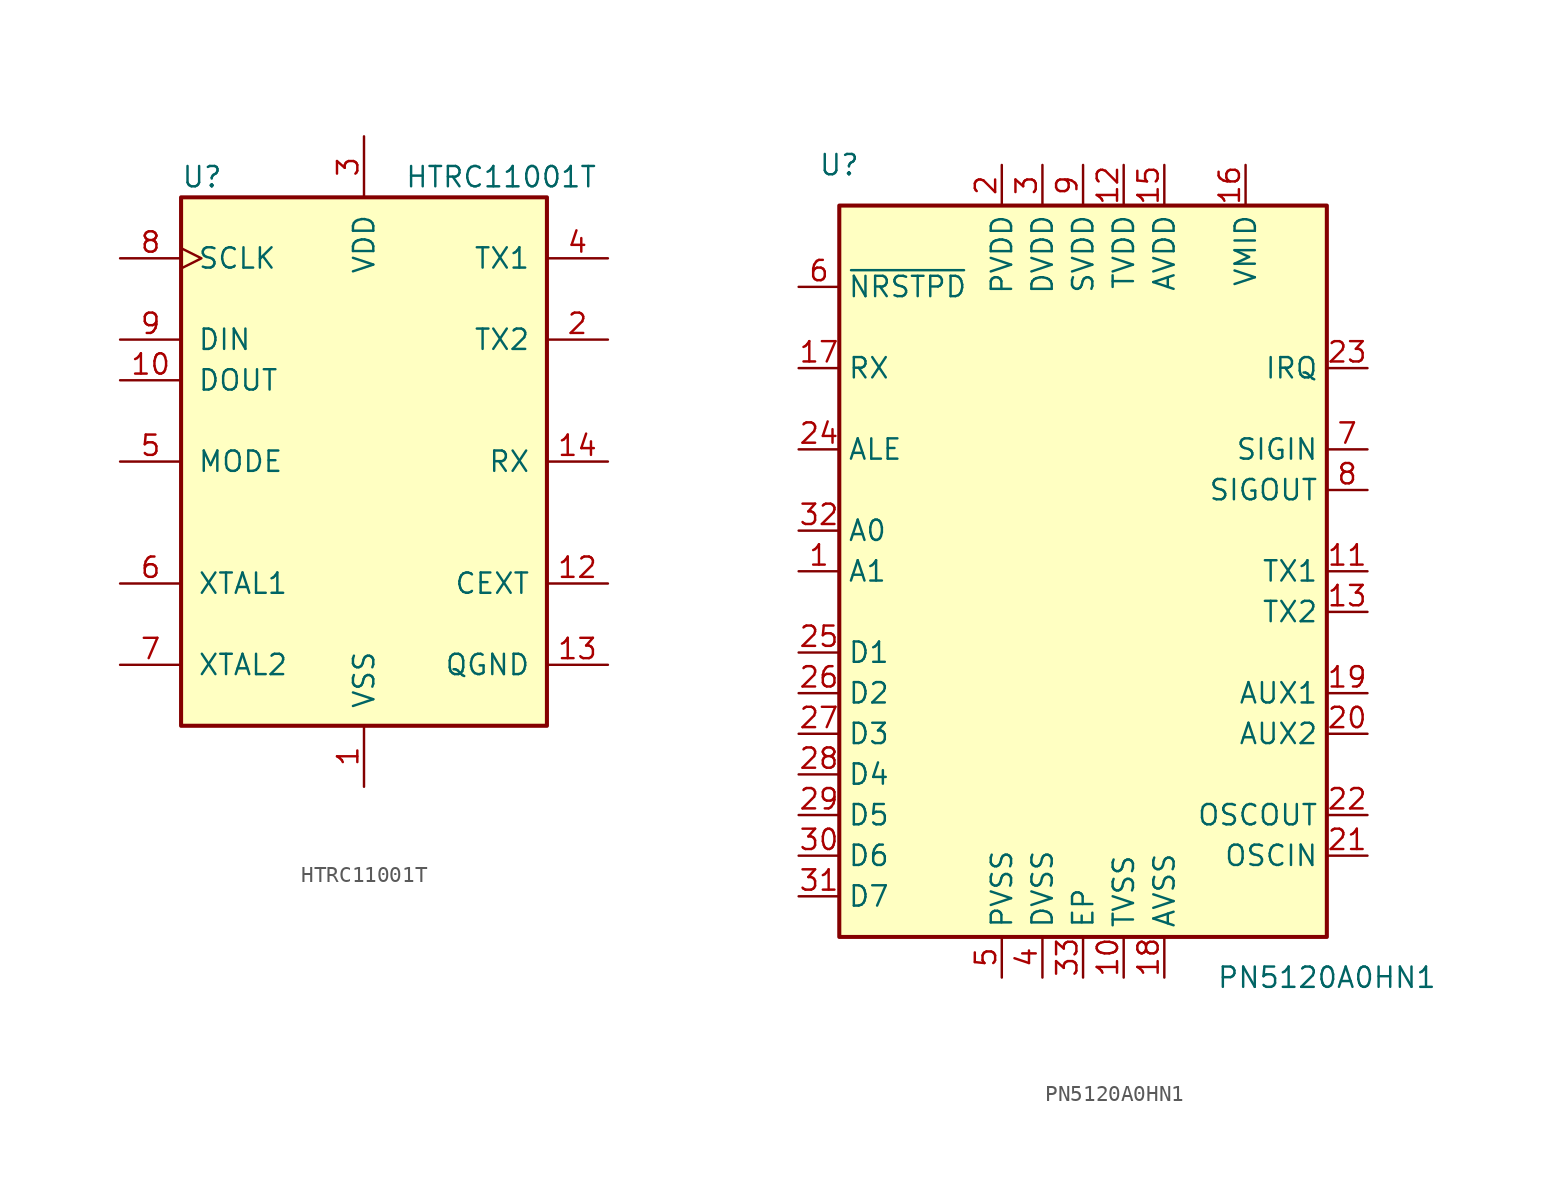
<source format=kicad_sym>
(kicad_symbol_lib
  (version 20201005)
  (generator kicad_symbol_editor)
  (symbol "RF_RFID:HTRC11001T"
    (pin_names
      (offset 1.016))
    (property "Reference" "U"
      (at -11.43 17.78 0)
      (effects (font (size 1.27 1.27)) (justify left)))
    (property "Value" "HTRC11001T"
      (at 2.54 17.78 0)
      (effects (font (size 1.27 1.27)) (justify left)))
    (symbol "HTRC11001T_0_1"
      (rectangle (start -11.43 16.51) (end 11.43 -16.51) (stroke (width 0.254)) (fill (type background))))
    (symbol "HTRC11001T_1_1"
      (pin power_in line (at 0 -20.32 90) (length 3.81) (name "VSS" (effects (font (size 1.27 1.27)))) (number "1" (effects (font (size 1.27 1.27)))))
      (pin output line (at -15.24 5.08 0) (length 3.81) (name "DOUT" (effects (font (size 1.27 1.27)))) (number "10" (effects (font (size 1.27 1.27)))))
      (pin passive line (at 15.24 -7.62 180) (length 3.81) (name "CEXT" (effects (font (size 1.27 1.27)))) (number "12" (effects (font (size 1.27 1.27)))))
      (pin passive line (at 15.24 -12.7 180) (length 3.81) (name "QGND" (effects (font (size 1.27 1.27)))) (number "13" (effects (font (size 1.27 1.27)))))
      (pin input line (at 15.24 0 180) (length 3.81) (name "RX" (effects (font (size 1.27 1.27)))) (number "14" (effects (font (size 1.27 1.27)))))
      (pin output line (at 15.24 7.62 180) (length 3.81) (name "TX2" (effects (font (size 1.27 1.27)))) (number "2" (effects (font (size 1.27 1.27)))))
      (pin power_in line (at 0 20.32 270) (length 3.81) (name "VDD" (effects (font (size 1.27 1.27)))) (number "3" (effects (font (size 1.27 1.27)))))
      (pin output line (at 15.24 12.7 180) (length 3.81) (name "TX1" (effects (font (size 1.27 1.27)))) (number "4" (effects (font (size 1.27 1.27)))))
      (pin input line (at -15.24 0 0) (length 3.81) (name "MODE" (effects (font (size 1.27 1.27)))) (number "5" (effects (font (size 1.27 1.27)))))
      (pin input line (at -15.24 -7.62 0) (length 3.81) (name "XTAL1" (effects (font (size 1.27 1.27)))) (number "6" (effects (font (size 1.27 1.27)))))
      (pin output line (at -15.24 -12.7 0) (length 3.81) (name "XTAL2" (effects (font (size 1.27 1.27)))) (number "7" (effects (font (size 1.27 1.27)))))
      (pin input clock (at -15.24 12.7 0) (length 3.81) (name "SCLK" (effects (font (size 1.27 1.27)))) (number "8" (effects (font (size 1.27 1.27)))))
      (pin input line (at -15.24 7.62 0) (length 3.81) (name "DIN" (effects (font (size 1.27 1.27)))) (number "9" (effects (font (size 1.27 1.27)))))))
  (symbol "RF_RFID:PN5120A0HN1"
    (property "Reference" "U"
      (at -15.24 25.4 0)
      (effects (font (size 1.27 1.27))))
    (property "Value" "PN5120A0HN1"
      (at 15.24 -25.4 0)
      (effects (font (size 1.27 1.27))))
    (symbol "PN5120A0HN1_0_1"
      (rectangle (start -15.24 22.86) (end 15.24 -22.86) (stroke (width 0.254)) (fill (type background))))
    (symbol "PN5120A0HN1_1_1"
      (pin input line (at -17.78 0 0) (length 2.54) (name "A1" (effects (font (size 1.27 1.27)))) (number "1" (effects (font (size 1.27 1.27)))))
      (pin power_in line (at 2.54 -25.4 90) (length 2.54) (name "TVSS" (effects (font (size 1.27 1.27)))) (number "10" (effects (font (size 1.27 1.27)))))
      (pin output line (at 17.78 0 180) (length 2.54) (name "TX1" (effects (font (size 1.27 1.27)))) (number "11" (effects (font (size 1.27 1.27)))))
      (pin power_in line (at 2.54 25.4 270) (length 2.54) (name "TVDD" (effects (font (size 1.27 1.27)))) (number "12" (effects (font (size 1.27 1.27)))))
      (pin output line (at 17.78 -2.54 180) (length 2.54) (name "TX2" (effects (font (size 1.27 1.27)))) (number "13" (effects (font (size 1.27 1.27)))))
      (pin passive line (at 2.54 -25.4 90) (length 2.54) hide (name "TVSS" (effects (font (size 1.27 1.27)))) (number "14" (effects (font (size 1.27 1.27)))))
      (pin power_in line (at 5.08 25.4 270) (length 2.54) (name "AVDD" (effects (font (size 1.27 1.27)))) (number "15" (effects (font (size 1.27 1.27)))))
      (pin power_out line (at 10.16 25.4 270) (length 2.54) (name "VMID" (effects (font (size 1.27 1.27)))) (number "16" (effects (font (size 1.27 1.27)))))
      (pin input line (at -17.78 12.7 0) (length 2.54) (name "RX" (effects (font (size 1.27 1.27)))) (number "17" (effects (font (size 1.27 1.27)))))
      (pin power_in line (at 5.08 -25.4 90) (length 2.54) (name "AVSS" (effects (font (size 1.27 1.27)))) (number "18" (effects (font (size 1.27 1.27)))))
      (pin output line (at 17.78 -7.62 180) (length 2.54) (name "AUX1" (effects (font (size 1.27 1.27)))) (number "19" (effects (font (size 1.27 1.27)))))
      (pin power_in line (at -5.08 25.4 270) (length 2.54) (name "PVDD" (effects (font (size 1.27 1.27)))) (number "2" (effects (font (size 1.27 1.27)))))
      (pin output line (at 17.78 -10.16 180) (length 2.54) (name "AUX2" (effects (font (size 1.27 1.27)))) (number "20" (effects (font (size 1.27 1.27)))))
      (pin input line (at 17.78 -17.78 180) (length 2.54) (name "OSCIN" (effects (font (size 1.27 1.27)))) (number "21" (effects (font (size 1.27 1.27)))))
      (pin output line (at 17.78 -15.24 180) (length 2.54) (name "OSCOUT" (effects (font (size 1.27 1.27)))) (number "22" (effects (font (size 1.27 1.27)))))
      (pin output line (at 17.78 12.7 180) (length 2.54) (name "IRQ" (effects (font (size 1.27 1.27)))) (number "23" (effects (font (size 1.27 1.27)))))
      (pin input line (at -17.78 7.62 0) (length 2.54) (name "ALE" (effects (font (size 1.27 1.27)))) (number "24" (effects (font (size 1.27 1.27)))))
      (pin bidirectional line (at -17.78 -5.08 0) (length 2.54) (name "D1" (effects (font (size 1.27 1.27)))) (number "25" (effects (font (size 1.27 1.27)))))
      (pin bidirectional line (at -17.78 -7.62 0) (length 2.54) (name "D2" (effects (font (size 1.27 1.27)))) (number "26" (effects (font (size 1.27 1.27)))))
      (pin bidirectional line (at -17.78 -10.16 0) (length 2.54) (name "D3" (effects (font (size 1.27 1.27)))) (number "27" (effects (font (size 1.27 1.27)))))
      (pin bidirectional line (at -17.78 -12.7 0) (length 2.54) (name "D4" (effects (font (size 1.27 1.27)))) (number "28" (effects (font (size 1.27 1.27)))))
      (pin bidirectional line (at -17.78 -15.24 0) (length 2.54) (name "D5" (effects (font (size 1.27 1.27)))) (number "29" (effects (font (size 1.27 1.27)))))
      (pin power_in line (at -2.54 25.4 270) (length 2.54) (name "DVDD" (effects (font (size 1.27 1.27)))) (number "3" (effects (font (size 1.27 1.27)))))
      (pin bidirectional line (at -17.78 -17.78 0) (length 2.54) (name "D6" (effects (font (size 1.27 1.27)))) (number "30" (effects (font (size 1.27 1.27)))))
      (pin bidirectional line (at -17.78 -20.32 0) (length 2.54) (name "D7" (effects (font (size 1.27 1.27)))) (number "31" (effects (font (size 1.27 1.27)))))
      (pin input line (at -17.78 2.54 0) (length 2.54) (name "A0" (effects (font (size 1.27 1.27)))) (number "32" (effects (font (size 1.27 1.27)))))
      (pin passive line (at 0 -25.4 90) (length 2.54) (name "EP" (effects (font (size 1.27 1.27)))) (number "33" (effects (font (size 1.27 1.27)))))
      (pin power_in line (at -2.54 -25.4 90) (length 2.54) (name "DVSS" (effects (font (size 1.27 1.27)))) (number "4" (effects (font (size 1.27 1.27)))))
      (pin power_in line (at -5.08 -25.4 90) (length 2.54) (name "PVSS" (effects (font (size 1.27 1.27)))) (number "5" (effects (font (size 1.27 1.27)))))
      (pin input line (at -17.78 17.78 0) (length 2.54) (name "~NRSTPD" (effects (font (size 1.27 1.27)))) (number "6" (effects (font (size 1.27 1.27)))))
      (pin input line (at 17.78 7.62 180) (length 2.54) (name "SIGIN" (effects (font (size 1.27 1.27)))) (number "7" (effects (font (size 1.27 1.27)))))
      (pin output line (at 17.78 5.08 180) (length 2.54) (name "SIGOUT" (effects (font (size 1.27 1.27)))) (number "8" (effects (font (size 1.27 1.27)))))
      (pin power_in line (at 0 25.4 270) (length 2.54) (name "SVDD" (effects (font (size 1.27 1.27)))) (number "9" (effects (font (size 1.27 1.27))))))))
</source>
